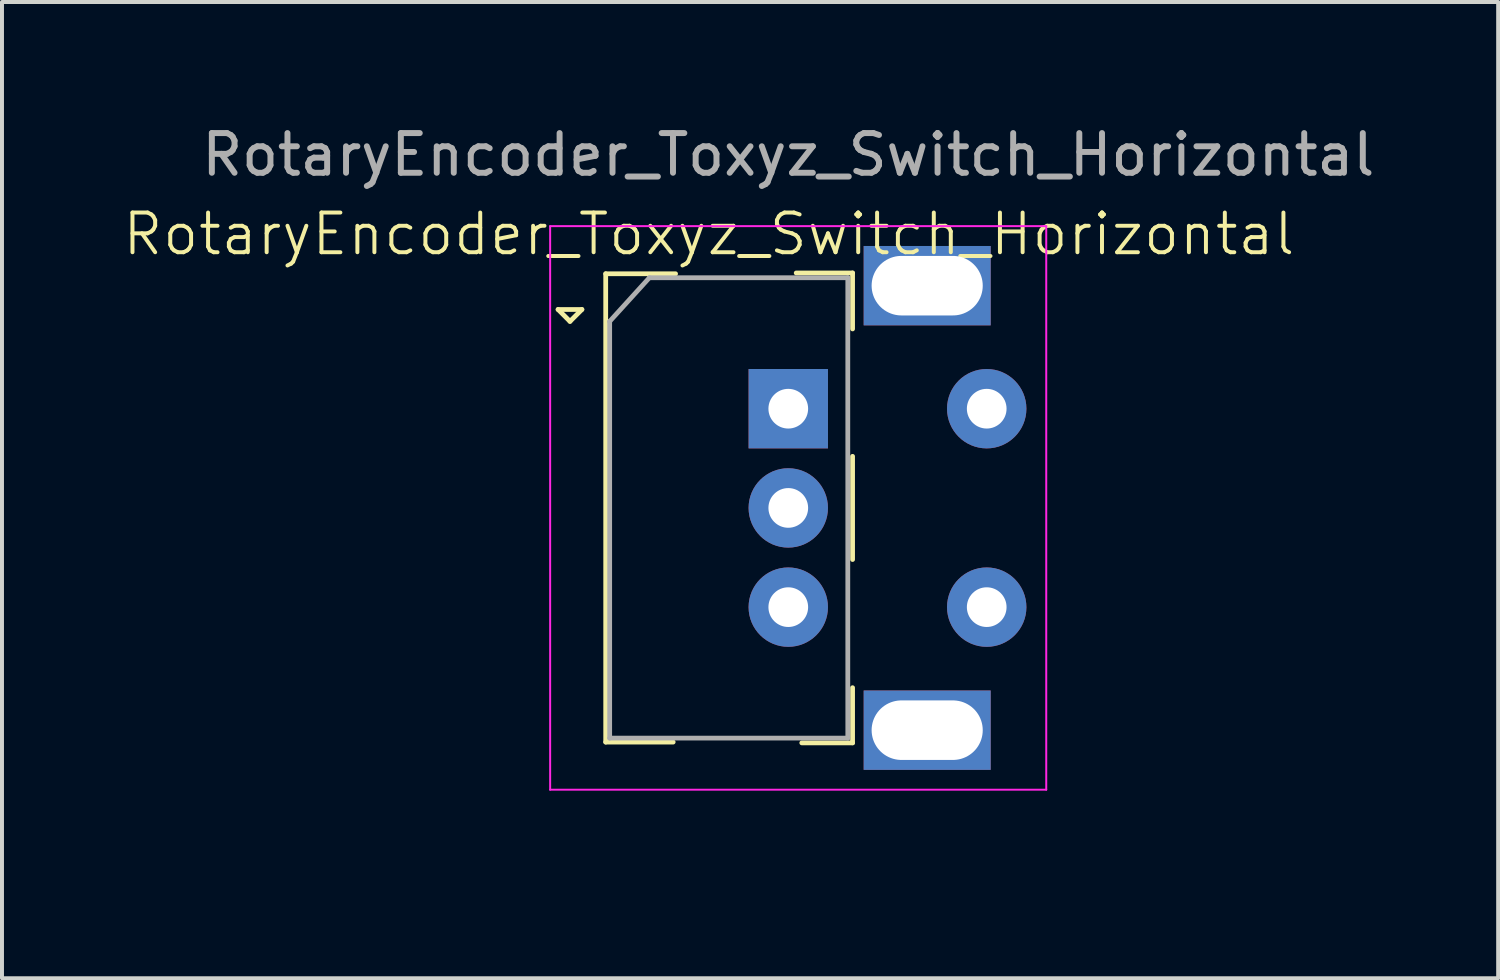
<source format=kicad_pcb>
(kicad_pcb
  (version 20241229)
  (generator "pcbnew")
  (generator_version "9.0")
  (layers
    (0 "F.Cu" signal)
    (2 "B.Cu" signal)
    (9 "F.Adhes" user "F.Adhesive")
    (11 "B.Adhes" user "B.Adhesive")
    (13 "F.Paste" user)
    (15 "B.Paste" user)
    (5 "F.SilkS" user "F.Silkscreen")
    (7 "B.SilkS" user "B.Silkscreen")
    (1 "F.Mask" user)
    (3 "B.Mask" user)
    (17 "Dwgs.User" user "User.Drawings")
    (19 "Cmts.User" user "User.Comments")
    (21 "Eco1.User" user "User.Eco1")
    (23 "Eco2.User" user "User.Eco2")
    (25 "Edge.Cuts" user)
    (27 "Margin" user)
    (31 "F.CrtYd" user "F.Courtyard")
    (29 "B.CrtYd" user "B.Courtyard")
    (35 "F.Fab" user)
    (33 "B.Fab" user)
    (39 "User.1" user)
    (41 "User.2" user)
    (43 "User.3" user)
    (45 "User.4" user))
  (footprint "RotaryEncoder_Toxyz_Switch_Horizontal"
    (layer "F.Cu")
    (at 17.812 18.348)
    (property "Reference" "RotaryEncoder_Toxyz_Switch_Horizontal" (at -3 -15.5 0) (unlocked yes) (layer "F.SilkS") (effects (font (size 1 1) (thickness 0.1))))
    (attr through_hole)
    (fp_line (start -6.8 -13.6) (end -6.2 -13.6) (stroke (width 0.12) (type solid)) (layer "F.SilkS"))
    (fp_line (start -6.5 -13.3) (end -6.8 -13.6) (stroke (width 0.12) (type solid)) (layer "F.SilkS"))
    (fp_line (start -6.2 -13.6) (end -6.5 -13.3) (stroke (width 0.12) (type solid)) (layer "F.SilkS"))
    (fp_line (start -5.6 -14.5) (end -5.6 -2.7) (stroke (width 0.12) (type solid)) (layer "F.SilkS"))
    (fp_line (start -3.9 -2.7) (end -5.6 -2.7) (stroke (width 0.12) (type solid)) (layer "F.SilkS"))
    (fp_line (start -3.84 -14.5) (end -5.6 -14.5) (stroke (width 0.12) (type solid)) (layer "F.SilkS"))
    (fp_line (start -0.8 -14.52) (end 0.62 -14.52) (stroke (width 0.12) (type solid)) (layer "F.SilkS"))
    (fp_line (start 0.62 -14.52) (end 0.62 -13.11) (stroke (width 0.12) (type solid)) (layer "F.SilkS"))
    (fp_line (start 0.62 -9.9) (end 0.62 -7.3) (stroke (width 0.12) (type solid)) (layer "F.SilkS"))
    (fp_line (start 0.62 -4.07) (end 0.62 -2.68) (stroke (width 0.12) (type solid)) (layer "F.SilkS"))
    (fp_line (start 0.62 -2.68) (end -0.66 -2.68) (stroke (width 0.12) (type solid)) (layer "F.SilkS"))
    (fp_line (start -7 -15.7) (end -7 -1.5) (stroke (width 0.05) (type solid)) (layer "F.CrtYd"))
    (fp_line (start -7 -15.7) (end 5.5 -15.7) (stroke (width 0.05) (type solid)) (layer "F.CrtYd"))
    (fp_line (start 5.5 -1.5) (end -7 -1.5) (stroke (width 0.05) (type solid)) (layer "F.CrtYd"))
    (fp_line (start 5.5 -1.5) (end 5.5 -15.7) (stroke (width 0.05) (type solid)) (layer "F.CrtYd"))
    (fp_line (start -5.5 -13.3) (end -4.5 -14.4) (stroke (width 0.12) (type solid)) (layer "F.Fab"))
    (fp_line (start -5.5 -2.8) (end -5.5 -13.3) (stroke (width 0.12) (type solid)) (layer "F.Fab"))
    (fp_line (start -4.5 -14.4) (end 0.5 -14.4) (stroke (width 0.12) (type solid)) (layer "F.Fab"))
    (fp_line (start 0.5 -14.4) (end 0.5 -2.8) (stroke (width 0.12) (type solid)) (layer "F.Fab"))
    (fp_line (start 0.5 -2.8) (end -5.5 -2.8) (stroke (width 0.12) (type solid)) (layer "F.Fab"))
    (fp_text user "${REFERENCE}" (at -1 -17.5 0) (unlocked yes) (layer "F.Fab") (effects (font (size 1 1) (thickness 0.15))))
    (pad "A" thru_hole rect (at -1 -11.1) (size 2 2) (drill 1) (layers "*.Cu" "*.Mask"))
    (pad "B" thru_hole circle (at -1 -6.1) (size 2 2) (drill 1) (layers "*.Cu" "*.Mask"))
    (pad "C" thru_hole circle (at -1 -8.6) (size 2 2) (drill 1) (layers "*.Cu" "*.Mask"))
    (pad "MP" thru_hole rect (at 2.5 -14.2) (size 3.2 2) (drill oval 2.8 1.5) (layers "*.Cu" "*.Mask"))
    (pad "MP" thru_hole rect (at 2.5 -3) (size 3.2 2) (drill oval 2.8 1.5) (layers "*.Cu" "*.Mask"))
    (pad "S1" thru_hole circle (at 4 -6.1) (size 2 2) (drill 1) (layers "*.Cu" "*.Mask"))
    (pad "S2" thru_hole circle (at 4 -11.1) (size 2 2) (drill 1) (layers "*.Cu" "*.Mask")))
  (gr_rect
    (start -3 -3)
    (end 34.699 21.598)
    (stroke (width 0.1) (type default))
    (fill no)
    (layer "Edge.Cuts")))
</source>
